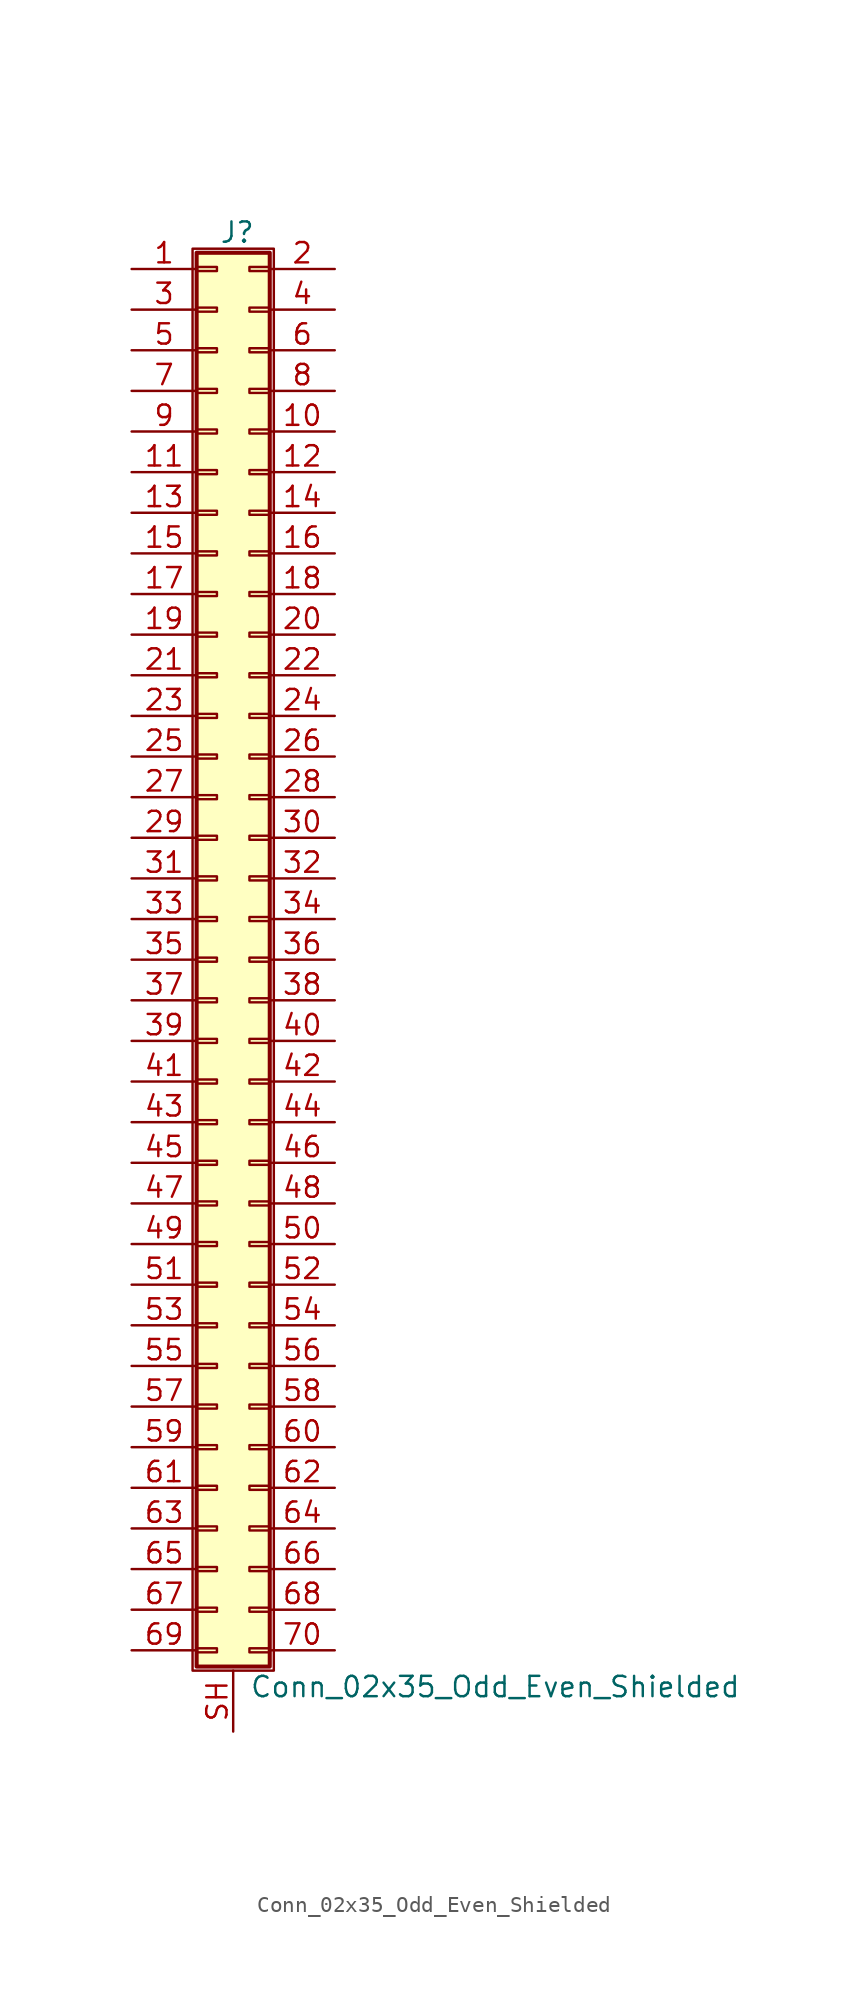
<source format=kicad_sym>
(kicad_symbol_lib
  (version 20220914)
  (generator kicad_symbol_editor)
  (symbol "Conn_02x35_Odd_Even_Shielded"
    (pin_names
      (offset 1.016) hide)
    (property "Reference" "J"
      (at 1.524 45.466 0)
      (effects (font (size 1.27 1.27))))
    (property "Value" "Conn_02x35_Odd_Even_Shielded"
      (at 2.286 -45.466 0)
      (effects (font (size 1.27 1.27)) (justify left)))
    (symbol "Conn_02x35_Odd_Even_Shielded_1_1"
      (rectangle (start -1.27 44.45) (end 3.81 -44.45) (stroke (width 0.152) (type default)) (fill (type none)))
      (rectangle (start -1.016 -43.053) (end 0.254 -43.307) (stroke (width 0.152) (type default)) (fill (type none)))
      (rectangle (start -1.016 -40.513) (end 0.254 -40.767) (stroke (width 0.152) (type default)) (fill (type none)))
      (rectangle (start -1.016 -37.973) (end 0.254 -38.227) (stroke (width 0.152) (type default)) (fill (type none)))
      (rectangle (start -1.016 -35.433) (end 0.254 -35.687) (stroke (width 0.152) (type default)) (fill (type none)))
      (rectangle (start -1.016 -32.893) (end 0.254 -33.147) (stroke (width 0.152) (type default)) (fill (type none)))
      (rectangle (start -1.016 -30.353) (end 0.254 -30.607) (stroke (width 0.152) (type default)) (fill (type none)))
      (rectangle (start -1.016 -27.813) (end 0.254 -28.067) (stroke (width 0.152) (type default)) (fill (type none)))
      (rectangle (start -1.016 -25.273) (end 0.254 -25.527) (stroke (width 0.152) (type default)) (fill (type none)))
      (rectangle (start -1.016 -22.733) (end 0.254 -22.987) (stroke (width 0.152) (type default)) (fill (type none)))
      (rectangle (start -1.016 -20.193) (end 0.254 -20.447) (stroke (width 0.152) (type default)) (fill (type none)))
      (rectangle (start -1.016 -17.653) (end 0.254 -17.907) (stroke (width 0.152) (type default)) (fill (type none)))
      (rectangle (start -1.016 -15.113) (end 0.254 -15.367) (stroke (width 0.152) (type default)) (fill (type none)))
      (rectangle (start -1.016 -12.573) (end 0.254 -12.827) (stroke (width 0.152) (type default)) (fill (type none)))
      (rectangle (start -1.016 -10.033) (end 0.254 -10.287) (stroke (width 0.152) (type default)) (fill (type none)))
      (rectangle (start -1.016 -7.493) (end 0.254 -7.747) (stroke (width 0.152) (type default)) (fill (type none)))
      (rectangle (start -1.016 -4.953) (end 0.254 -5.207) (stroke (width 0.152) (type default)) (fill (type none)))
      (rectangle (start -1.016 -2.413) (end 0.254 -2.667) (stroke (width 0.152) (type default)) (fill (type none)))
      (rectangle (start -1.016 0.127) (end 0.254 -0.127) (stroke (width 0.152) (type default)) (fill (type none)))
      (rectangle (start -1.016 2.667) (end 0.254 2.413) (stroke (width 0.152) (type default)) (fill (type none)))
      (rectangle (start -1.016 5.207) (end 0.254 4.953) (stroke (width 0.152) (type default)) (fill (type none)))
      (rectangle (start -1.016 7.747) (end 0.254 7.493) (stroke (width 0.152) (type default)) (fill (type none)))
      (rectangle (start -1.016 10.287) (end 0.254 10.033) (stroke (width 0.152) (type default)) (fill (type none)))
      (rectangle (start -1.016 12.827) (end 0.254 12.573) (stroke (width 0.152) (type default)) (fill (type none)))
      (rectangle (start -1.016 15.367) (end 0.254 15.113) (stroke (width 0.152) (type default)) (fill (type none)))
      (rectangle (start -1.016 17.907) (end 0.254 17.653) (stroke (width 0.152) (type default)) (fill (type none)))
      (rectangle (start -1.016 20.447) (end 0.254 20.193) (stroke (width 0.152) (type default)) (fill (type none)))
      (rectangle (start -1.016 22.987) (end 0.254 22.733) (stroke (width 0.152) (type default)) (fill (type none)))
      (rectangle (start -1.016 25.527) (end 0.254 25.273) (stroke (width 0.152) (type default)) (fill (type none)))
      (rectangle (start -1.016 28.067) (end 0.254 27.813) (stroke (width 0.152) (type default)) (fill (type none)))
      (rectangle (start -1.016 30.607) (end 0.254 30.353) (stroke (width 0.152) (type default)) (fill (type none)))
      (rectangle (start -1.016 33.147) (end 0.254 32.893) (stroke (width 0.152) (type default)) (fill (type none)))
      (rectangle (start -1.016 35.687) (end 0.254 35.433) (stroke (width 0.152) (type default)) (fill (type none)))
      (rectangle (start -1.016 38.227) (end 0.254 37.973) (stroke (width 0.152) (type default)) (fill (type none)))
      (rectangle (start -1.016 40.767) (end 0.254 40.513) (stroke (width 0.152) (type default)) (fill (type none)))
      (rectangle (start -1.016 43.307) (end 0.254 43.053) (stroke (width 0.152) (type default)) (fill (type none)))
      (rectangle (start -1.016 44.196) (end 3.556 -44.196) (stroke (width 0.254) (type default)) (fill (type background)))
      (rectangle (start 3.556 -43.053) (end 2.286 -43.307) (stroke (width 0.152) (type default)) (fill (type none)))
      (rectangle (start 3.556 -40.513) (end 2.286 -40.767) (stroke (width 0.152) (type default)) (fill (type none)))
      (rectangle (start 3.556 -37.973) (end 2.286 -38.227) (stroke (width 0.152) (type default)) (fill (type none)))
      (rectangle (start 3.556 -35.433) (end 2.286 -35.687) (stroke (width 0.152) (type default)) (fill (type none)))
      (rectangle (start 3.556 -32.893) (end 2.286 -33.147) (stroke (width 0.152) (type default)) (fill (type none)))
      (rectangle (start 3.556 -30.353) (end 2.286 -30.607) (stroke (width 0.152) (type default)) (fill (type none)))
      (rectangle (start 3.556 -27.813) (end 2.286 -28.067) (stroke (width 0.152) (type default)) (fill (type none)))
      (rectangle (start 3.556 -25.273) (end 2.286 -25.527) (stroke (width 0.152) (type default)) (fill (type none)))
      (rectangle (start 3.556 -22.733) (end 2.286 -22.987) (stroke (width 0.152) (type default)) (fill (type none)))
      (rectangle (start 3.556 -20.193) (end 2.286 -20.447) (stroke (width 0.152) (type default)) (fill (type none)))
      (rectangle (start 3.556 -17.653) (end 2.286 -17.907) (stroke (width 0.152) (type default)) (fill (type none)))
      (rectangle (start 3.556 -15.113) (end 2.286 -15.367) (stroke (width 0.152) (type default)) (fill (type none)))
      (rectangle (start 3.556 -12.573) (end 2.286 -12.827) (stroke (width 0.152) (type default)) (fill (type none)))
      (rectangle (start 3.556 -10.033) (end 2.286 -10.287) (stroke (width 0.152) (type default)) (fill (type none)))
      (rectangle (start 3.556 -7.493) (end 2.286 -7.747) (stroke (width 0.152) (type default)) (fill (type none)))
      (rectangle (start 3.556 -4.953) (end 2.286 -5.207) (stroke (width 0.152) (type default)) (fill (type none)))
      (rectangle (start 3.556 -2.413) (end 2.286 -2.667) (stroke (width 0.152) (type default)) (fill (type none)))
      (rectangle (start 3.556 0.127) (end 2.286 -0.127) (stroke (width 0.152) (type default)) (fill (type none)))
      (rectangle (start 3.556 2.667) (end 2.286 2.413) (stroke (width 0.152) (type default)) (fill (type none)))
      (rectangle (start 3.556 5.207) (end 2.286 4.953) (stroke (width 0.152) (type default)) (fill (type none)))
      (rectangle (start 3.556 7.747) (end 2.286 7.493) (stroke (width 0.152) (type default)) (fill (type none)))
      (rectangle (start 3.556 10.287) (end 2.286 10.033) (stroke (width 0.152) (type default)) (fill (type none)))
      (rectangle (start 3.556 12.827) (end 2.286 12.573) (stroke (width 0.152) (type default)) (fill (type none)))
      (rectangle (start 3.556 15.367) (end 2.286 15.113) (stroke (width 0.152) (type default)) (fill (type none)))
      (rectangle (start 3.556 17.907) (end 2.286 17.653) (stroke (width 0.152) (type default)) (fill (type none)))
      (rectangle (start 3.556 20.447) (end 2.286 20.193) (stroke (width 0.152) (type default)) (fill (type none)))
      (rectangle (start 3.556 22.987) (end 2.286 22.733) (stroke (width 0.152) (type default)) (fill (type none)))
      (rectangle (start 3.556 25.527) (end 2.286 25.273) (stroke (width 0.152) (type default)) (fill (type none)))
      (rectangle (start 3.556 28.067) (end 2.286 27.813) (stroke (width 0.152) (type default)) (fill (type none)))
      (rectangle (start 3.556 30.607) (end 2.286 30.353) (stroke (width 0.152) (type default)) (fill (type none)))
      (rectangle (start 3.556 33.147) (end 2.286 32.893) (stroke (width 0.152) (type default)) (fill (type none)))
      (rectangle (start 3.556 35.687) (end 2.286 35.433) (stroke (width 0.152) (type default)) (fill (type none)))
      (rectangle (start 3.556 38.227) (end 2.286 37.973) (stroke (width 0.152) (type default)) (fill (type none)))
      (rectangle (start 3.556 40.767) (end 2.286 40.513) (stroke (width 0.152) (type default)) (fill (type none)))
      (rectangle (start 3.556 43.307) (end 2.286 43.053) (stroke (width 0.152) (type default)) (fill (type none)))
      (pin passive line (at -5.08 43.18 0) (length 4.064) (name "Pin_1" (effects (font (size 1.27 1.27)))) (number "1" (effects (font (size 1.27 1.27)))))
      (pin passive line (at 7.62 33.02 180) (length 4.064) (name "Pin_10" (effects (font (size 1.27 1.27)))) (number "10" (effects (font (size 1.27 1.27)))))
      (pin passive line (at -5.08 30.48 0) (length 4.064) (name "Pin_11" (effects (font (size 1.27 1.27)))) (number "11" (effects (font (size 1.27 1.27)))))
      (pin passive line (at 7.62 30.48 180) (length 4.064) (name "Pin_12" (effects (font (size 1.27 1.27)))) (number "12" (effects (font (size 1.27 1.27)))))
      (pin passive line (at -5.08 27.94 0) (length 4.064) (name "Pin_13" (effects (font (size 1.27 1.27)))) (number "13" (effects (font (size 1.27 1.27)))))
      (pin passive line (at 7.62 27.94 180) (length 4.064) (name "Pin_14" (effects (font (size 1.27 1.27)))) (number "14" (effects (font (size 1.27 1.27)))))
      (pin passive line (at -5.08 25.4 0) (length 4.064) (name "Pin_15" (effects (font (size 1.27 1.27)))) (number "15" (effects (font (size 1.27 1.27)))))
      (pin passive line (at 7.62 25.4 180) (length 4.064) (name "Pin_16" (effects (font (size 1.27 1.27)))) (number "16" (effects (font (size 1.27 1.27)))))
      (pin passive line (at -5.08 22.86 0) (length 4.064) (name "Pin_17" (effects (font (size 1.27 1.27)))) (number "17" (effects (font (size 1.27 1.27)))))
      (pin passive line (at 7.62 22.86 180) (length 4.064) (name "Pin_18" (effects (font (size 1.27 1.27)))) (number "18" (effects (font (size 1.27 1.27)))))
      (pin passive line (at -5.08 20.32 0) (length 4.064) (name "Pin_19" (effects (font (size 1.27 1.27)))) (number "19" (effects (font (size 1.27 1.27)))))
      (pin passive line (at 7.62 43.18 180) (length 4.064) (name "Pin_2" (effects (font (size 1.27 1.27)))) (number "2" (effects (font (size 1.27 1.27)))))
      (pin passive line (at 7.62 20.32 180) (length 4.064) (name "Pin_20" (effects (font (size 1.27 1.27)))) (number "20" (effects (font (size 1.27 1.27)))))
      (pin passive line (at -5.08 17.78 0) (length 4.064) (name "Pin_21" (effects (font (size 1.27 1.27)))) (number "21" (effects (font (size 1.27 1.27)))))
      (pin passive line (at 7.62 17.78 180) (length 4.064) (name "Pin_22" (effects (font (size 1.27 1.27)))) (number "22" (effects (font (size 1.27 1.27)))))
      (pin passive line (at -5.08 15.24 0) (length 4.064) (name "Pin_23" (effects (font (size 1.27 1.27)))) (number "23" (effects (font (size 1.27 1.27)))))
      (pin passive line (at 7.62 15.24 180) (length 4.064) (name "Pin_24" (effects (font (size 1.27 1.27)))) (number "24" (effects (font (size 1.27 1.27)))))
      (pin passive line (at -5.08 12.7 0) (length 4.064) (name "Pin_25" (effects (font (size 1.27 1.27)))) (number "25" (effects (font (size 1.27 1.27)))))
      (pin passive line (at 7.62 12.7 180) (length 4.064) (name "Pin_26" (effects (font (size 1.27 1.27)))) (number "26" (effects (font (size 1.27 1.27)))))
      (pin passive line (at -5.08 10.16 0) (length 4.064) (name "Pin_27" (effects (font (size 1.27 1.27)))) (number "27" (effects (font (size 1.27 1.27)))))
      (pin passive line (at 7.62 10.16 180) (length 4.064) (name "Pin_28" (effects (font (size 1.27 1.27)))) (number "28" (effects (font (size 1.27 1.27)))))
      (pin passive line (at -5.08 7.62 0) (length 4.064) (name "Pin_29" (effects (font (size 1.27 1.27)))) (number "29" (effects (font (size 1.27 1.27)))))
      (pin passive line (at -5.08 40.64 0) (length 4.064) (name "Pin_3" (effects (font (size 1.27 1.27)))) (number "3" (effects (font (size 1.27 1.27)))))
      (pin passive line (at 7.62 7.62 180) (length 4.064) (name "Pin_30" (effects (font (size 1.27 1.27)))) (number "30" (effects (font (size 1.27 1.27)))))
      (pin passive line (at -5.08 5.08 0) (length 4.064) (name "Pin_31" (effects (font (size 1.27 1.27)))) (number "31" (effects (font (size 1.27 1.27)))))
      (pin passive line (at 7.62 5.08 180) (length 4.064) (name "Pin_32" (effects (font (size 1.27 1.27)))) (number "32" (effects (font (size 1.27 1.27)))))
      (pin passive line (at -5.08 2.54 0) (length 4.064) (name "Pin_33" (effects (font (size 1.27 1.27)))) (number "33" (effects (font (size 1.27 1.27)))))
      (pin passive line (at 7.62 2.54 180) (length 4.064) (name "Pin_34" (effects (font (size 1.27 1.27)))) (number "34" (effects (font (size 1.27 1.27)))))
      (pin passive line (at -5.08 0 0) (length 4.064) (name "Pin_35" (effects (font (size 1.27 1.27)))) (number "35" (effects (font (size 1.27 1.27)))))
      (pin passive line (at 7.62 0 180) (length 4.064) (name "Pin_36" (effects (font (size 1.27 1.27)))) (number "36" (effects (font (size 1.27 1.27)))))
      (pin passive line (at -5.08 -2.54 0) (length 4.064) (name "Pin_37" (effects (font (size 1.27 1.27)))) (number "37" (effects (font (size 1.27 1.27)))))
      (pin passive line (at 7.62 -2.54 180) (length 4.064) (name "Pin_38" (effects (font (size 1.27 1.27)))) (number "38" (effects (font (size 1.27 1.27)))))
      (pin passive line (at -5.08 -5.08 0) (length 4.064) (name "Pin_39" (effects (font (size 1.27 1.27)))) (number "39" (effects (font (size 1.27 1.27)))))
      (pin passive line (at 7.62 40.64 180) (length 4.064) (name "Pin_4" (effects (font (size 1.27 1.27)))) (number "4" (effects (font (size 1.27 1.27)))))
      (pin passive line (at 7.62 -5.08 180) (length 4.064) (name "Pin_40" (effects (font (size 1.27 1.27)))) (number "40" (effects (font (size 1.27 1.27)))))
      (pin passive line (at -5.08 -7.62 0) (length 4.064) (name "Pin_41" (effects (font (size 1.27 1.27)))) (number "41" (effects (font (size 1.27 1.27)))))
      (pin passive line (at 7.62 -7.62 180) (length 4.064) (name "Pin_42" (effects (font (size 1.27 1.27)))) (number "42" (effects (font (size 1.27 1.27)))))
      (pin passive line (at -5.08 -10.16 0) (length 4.064) (name "Pin_43" (effects (font (size 1.27 1.27)))) (number "43" (effects (font (size 1.27 1.27)))))
      (pin passive line (at 7.62 -10.16 180) (length 4.064) (name "Pin_44" (effects (font (size 1.27 1.27)))) (number "44" (effects (font (size 1.27 1.27)))))
      (pin passive line (at -5.08 -12.7 0) (length 4.064) (name "Pin_45" (effects (font (size 1.27 1.27)))) (number "45" (effects (font (size 1.27 1.27)))))
      (pin passive line (at 7.62 -12.7 180) (length 4.064) (name "Pin_46" (effects (font (size 1.27 1.27)))) (number "46" (effects (font (size 1.27 1.27)))))
      (pin passive line (at -5.08 -15.24 0) (length 4.064) (name "Pin_47" (effects (font (size 1.27 1.27)))) (number "47" (effects (font (size 1.27 1.27)))))
      (pin passive line (at 7.62 -15.24 180) (length 4.064) (name "Pin_48" (effects (font (size 1.27 1.27)))) (number "48" (effects (font (size 1.27 1.27)))))
      (pin passive line (at -5.08 -17.78 0) (length 4.064) (name "Pin_49" (effects (font (size 1.27 1.27)))) (number "49" (effects (font (size 1.27 1.27)))))
      (pin passive line (at -5.08 38.1 0) (length 4.064) (name "Pin_5" (effects (font (size 1.27 1.27)))) (number "5" (effects (font (size 1.27 1.27)))))
      (pin passive line (at 7.62 -17.78 180) (length 4.064) (name "Pin_50" (effects (font (size 1.27 1.27)))) (number "50" (effects (font (size 1.27 1.27)))))
      (pin passive line (at -5.08 -20.32 0) (length 4.064) (name "Pin_51" (effects (font (size 1.27 1.27)))) (number "51" (effects (font (size 1.27 1.27)))))
      (pin passive line (at 7.62 -20.32 180) (length 4.064) (name "Pin_52" (effects (font (size 1.27 1.27)))) (number "52" (effects (font (size 1.27 1.27)))))
      (pin passive line (at -5.08 -22.86 0) (length 4.064) (name "Pin_53" (effects (font (size 1.27 1.27)))) (number "53" (effects (font (size 1.27 1.27)))))
      (pin passive line (at 7.62 -22.86 180) (length 4.064) (name "Pin_54" (effects (font (size 1.27 1.27)))) (number "54" (effects (font (size 1.27 1.27)))))
      (pin passive line (at -5.08 -25.4 0) (length 4.064) (name "Pin_55" (effects (font (size 1.27 1.27)))) (number "55" (effects (font (size 1.27 1.27)))))
      (pin passive line (at 7.62 -25.4 180) (length 4.064) (name "Pin_56" (effects (font (size 1.27 1.27)))) (number "56" (effects (font (size 1.27 1.27)))))
      (pin passive line (at -5.08 -27.94 0) (length 4.064) (name "Pin_57" (effects (font (size 1.27 1.27)))) (number "57" (effects (font (size 1.27 1.27)))))
      (pin passive line (at 7.62 -27.94 180) (length 4.064) (name "Pin_58" (effects (font (size 1.27 1.27)))) (number "58" (effects (font (size 1.27 1.27)))))
      (pin passive line (at -5.08 -30.48 0) (length 4.064) (name "Pin_59" (effects (font (size 1.27 1.27)))) (number "59" (effects (font (size 1.27 1.27)))))
      (pin passive line (at 7.62 38.1 180) (length 4.064) (name "Pin_6" (effects (font (size 1.27 1.27)))) (number "6" (effects (font (size 1.27 1.27)))))
      (pin passive line (at 7.62 -30.48 180) (length 4.064) (name "Pin_60" (effects (font (size 1.27 1.27)))) (number "60" (effects (font (size 1.27 1.27)))))
      (pin passive line (at -5.08 -33.02 0) (length 4.064) (name "Pin_61" (effects (font (size 1.27 1.27)))) (number "61" (effects (font (size 1.27 1.27)))))
      (pin passive line (at 7.62 -33.02 180) (length 4.064) (name "Pin_62" (effects (font (size 1.27 1.27)))) (number "62" (effects (font (size 1.27 1.27)))))
      (pin passive line (at -5.08 -35.56 0) (length 4.064) (name "Pin_63" (effects (font (size 1.27 1.27)))) (number "63" (effects (font (size 1.27 1.27)))))
      (pin passive line (at 7.62 -35.56 180) (length 4.064) (name "Pin_64" (effects (font (size 1.27 1.27)))) (number "64" (effects (font (size 1.27 1.27)))))
      (pin passive line (at -5.08 -38.1 0) (length 4.064) (name "Pin_65" (effects (font (size 1.27 1.27)))) (number "65" (effects (font (size 1.27 1.27)))))
      (pin passive line (at 7.62 -38.1 180) (length 4.064) (name "Pin_66" (effects (font (size 1.27 1.27)))) (number "66" (effects (font (size 1.27 1.27)))))
      (pin passive line (at -5.08 -40.64 0) (length 4.064) (name "Pin_67" (effects (font (size 1.27 1.27)))) (number "67" (effects (font (size 1.27 1.27)))))
      (pin passive line (at 7.62 -40.64 180) (length 4.064) (name "Pin_68" (effects (font (size 1.27 1.27)))) (number "68" (effects (font (size 1.27 1.27)))))
      (pin passive line (at -5.08 -43.18 0) (length 4.064) (name "Pin_69" (effects (font (size 1.27 1.27)))) (number "69" (effects (font (size 1.27 1.27)))))
      (pin passive line (at -5.08 35.56 0) (length 4.064) (name "Pin_7" (effects (font (size 1.27 1.27)))) (number "7" (effects (font (size 1.27 1.27)))))
      (pin passive line (at 7.62 -43.18 180) (length 4.064) (name "Pin_70" (effects (font (size 1.27 1.27)))) (number "70" (effects (font (size 1.27 1.27)))))
      (pin passive line (at 7.62 35.56 180) (length 4.064) (name "Pin_8" (effects (font (size 1.27 1.27)))) (number "8" (effects (font (size 1.27 1.27)))))
      (pin passive line (at -5.08 33.02 0) (length 4.064) (name "Pin_9" (effects (font (size 1.27 1.27)))) (number "9" (effects (font (size 1.27 1.27)))))
      (pin passive line (at 1.27 -48.26 90) (length 3.81) (name "Shield" (effects (font (size 1.27 1.27)))) (number "SH" (effects (font (size 1.27 1.27))))))))
</source>
